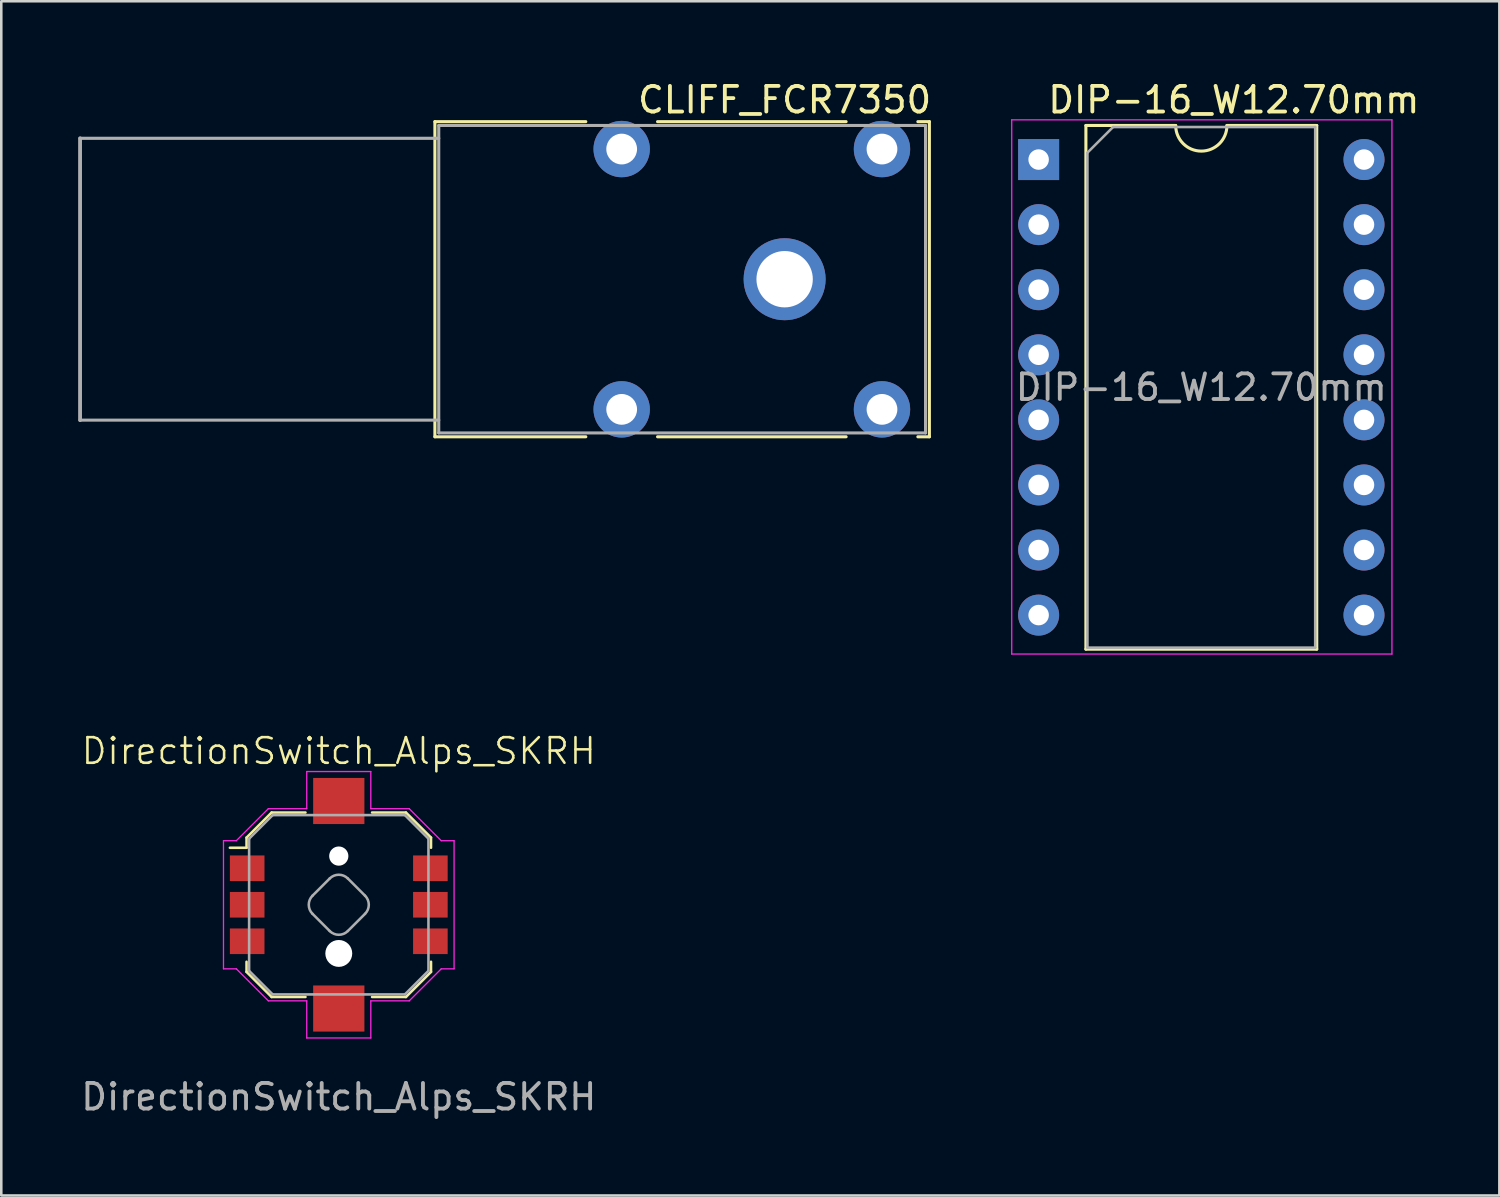
<source format=kicad_pcb>
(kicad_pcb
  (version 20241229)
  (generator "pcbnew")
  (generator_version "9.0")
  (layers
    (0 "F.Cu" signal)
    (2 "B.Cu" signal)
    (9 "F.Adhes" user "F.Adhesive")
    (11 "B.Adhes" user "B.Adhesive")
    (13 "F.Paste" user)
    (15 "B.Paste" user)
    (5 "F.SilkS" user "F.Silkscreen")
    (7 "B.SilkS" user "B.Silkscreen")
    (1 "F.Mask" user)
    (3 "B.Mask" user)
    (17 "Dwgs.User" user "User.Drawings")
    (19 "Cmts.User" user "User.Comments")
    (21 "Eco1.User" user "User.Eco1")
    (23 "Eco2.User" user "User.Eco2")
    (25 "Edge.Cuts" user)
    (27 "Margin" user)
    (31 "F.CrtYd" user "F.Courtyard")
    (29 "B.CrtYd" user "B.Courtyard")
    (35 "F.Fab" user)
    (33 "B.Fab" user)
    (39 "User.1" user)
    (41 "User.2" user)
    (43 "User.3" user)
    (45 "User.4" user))
  (footprint "CLIFF_FCR7350"
    (layer "F.Cu")
    (at 27.575 7.848)
    (property "Reference" "CLIFF_FCR7350" (at 0 -7 0) (layer "F.SilkS") (effects (font (size 1 1) (thickness 0.15))))
    (attr through_hole)
    (fp_line (start -13.65 -6.15) (end -13.65 6.15) (stroke (width 0.12) (type solid)) (layer "F.SilkS"))
    (fp_line (start -13.65 -6.15) (end -7.76 -6.15) (stroke (width 0.12) (type solid)) (layer "F.SilkS"))
    (fp_line (start -13.65 6.15) (end -7.76 6.15) (stroke (width 0.12) (type solid)) (layer "F.SilkS"))
    (fp_line (start -4.96 -6.15) (end 2.4 -6.15) (stroke (width 0.12) (type solid)) (layer "F.SilkS"))
    (fp_line (start -4.96 6.15) (end 2.4 6.15) (stroke (width 0.12) (type solid)) (layer "F.SilkS"))
    (fp_line (start 5.2 -6.15) (end 5.65 -6.15) (stroke (width 0.12) (type solid)) (layer "F.SilkS"))
    (fp_line (start 5.65 -6.15) (end 5.65 6.15) (stroke (width 0.12) (type solid)) (layer "F.SilkS"))
    (fp_line (start 5.65 6.15) (end 5.2 6.15) (stroke (width 0.12) (type solid)) (layer "F.SilkS"))
    (fp_line (start -27.5 -5.5) (end -27.5 5.5) (stroke (width 0.15) (type solid)) (layer "F.Fab"))
    (fp_line (start -27.5 -5.5) (end -13.5 -5.5) (stroke (width 0.12) (type solid)) (layer "F.Fab"))
    (fp_line (start -27.5 5.5) (end -13.5 5.5) (stroke (width 0.12) (type solid)) (layer "F.Fab"))
    (fp_line (start -13.5 -6) (end -13.5 6) (stroke (width 0.12) (type solid)) (layer "F.Fab"))
    (fp_line (start -13.5 -6) (end 5.5 -6) (stroke (width 0.12) (type solid)) (layer "F.Fab"))
    (fp_line (start 5.5 -6) (end 5.5 6) (stroke (width 0.12) (type solid)) (layer "F.Fab"))
    (fp_line (start 5.5 6) (end -13.5 6) (stroke (width 0.12) (type solid)) (layer "F.Fab"))
    (pad "1" thru_hole circle (at 0 0) (size 3.2 3.2) (drill 2.2) (layers "*.Cu" "*.Mask"))
    (pad "M1" thru_hole circle (at -6.36 -5.08) (size 2.2 2.2) (drill 1.2) (layers "*.Cu" "*.Mask"))
    (pad "M2" thru_hole circle (at 3.8 -5.08) (size 2.2 2.2) (drill 1.2) (layers "*.Cu" "*.Mask"))
    (pad "M3" thru_hole circle (at -6.36 5.08) (size 2.2 2.2) (drill 1.2) (layers "*.Cu" "*.Mask"))
    (pad "M4" thru_hole circle (at 3.8 5.08) (size 2.2 2.2) (drill 1.2) (layers "*.Cu" "*.Mask")))
  (footprint "DIP-16_W12.70mm"
    (layer "F.Cu")
    (at 37.489 3.178)
    (property "Reference" "DIP-16_W12.70mm" (at 7.62 -2.33 0) (layer "F.SilkS") (effects (font (size 1 1) (thickness 0.15))))
    (attr through_hole)
    (fp_line (start 1.845 -1.33) (end 1.845 19.11) (stroke (width 0.12) (type solid)) (layer "F.SilkS"))
    (fp_line (start 1.845 19.11) (end 10.855 19.11) (stroke (width 0.12) (type solid)) (layer "F.SilkS"))
    (fp_line (start 5.35 -1.33) (end 1.845 -1.33) (stroke (width 0.12) (type solid)) (layer "F.SilkS"))
    (fp_line (start 10.855 -1.33) (end 7.35 -1.33) (stroke (width 0.12) (type solid)) (layer "F.SilkS"))
    (fp_line (start 10.855 19.11) (end 10.855 -1.33) (stroke (width 0.12) (type solid)) (layer "F.SilkS"))
    (fp_arc (start 7.35 -1.33) (mid 6.35 -0.33) (end 5.35 -1.33) (stroke (width 0.12) (type solid)) (layer "F.SilkS"))
    (fp_line (start -1.05 -1.55) (end -1.05 19.3) (stroke (width 0.05) (type solid)) (layer "F.CrtYd"))
    (fp_line (start -1.05 19.3) (end 13.79 19.3) (stroke (width 0.05) (type solid)) (layer "F.CrtYd"))
    (fp_line (start 13.79 -1.55) (end -1.05 -1.55) (stroke (width 0.05) (type solid)) (layer "F.CrtYd"))
    (fp_line (start 13.79 19.3) (end 13.79 -1.55) (stroke (width 0.05) (type solid)) (layer "F.CrtYd"))
    (fp_line (start 1.905 -0.27) (end 2.905 -1.27) (stroke (width 0.1) (type solid)) (layer "F.Fab"))
    (fp_line (start 1.905 19.05) (end 1.905 -0.27) (stroke (width 0.1) (type solid)) (layer "F.Fab"))
    (fp_line (start 2.905 -1.27) (end 10.795 -1.27) (stroke (width 0.1) (type solid)) (layer "F.Fab"))
    (fp_line (start 10.795 -1.27) (end 10.795 19.05) (stroke (width 0.1) (type solid)) (layer "F.Fab"))
    (fp_line (start 10.795 19.05) (end 1.905 19.05) (stroke (width 0.1) (type solid)) (layer "F.Fab"))
    (fp_text user "${REFERENCE}" (at 6.35 8.89 0) (layer "F.Fab") (effects (font (size 1 1) (thickness 0.15))))
    (pad "1" thru_hole rect (at 0 0) (size 1.6 1.6) (drill 0.8) (layers "*.Cu" "*.Mask"))
    (pad "2" thru_hole oval (at 0 2.54) (size 1.6 1.6) (drill 0.8) (layers "*.Cu" "*.Mask"))
    (pad "3" thru_hole oval (at 0 5.08) (size 1.6 1.6) (drill 0.8) (layers "*.Cu" "*.Mask"))
    (pad "4" thru_hole oval (at 0 7.62) (size 1.6 1.6) (drill 0.8) (layers "*.Cu" "*.Mask"))
    (pad "5" thru_hole oval (at 0 10.16) (size 1.6 1.6) (drill 0.8) (layers "*.Cu" "*.Mask"))
    (pad "6" thru_hole oval (at 0 12.7) (size 1.6 1.6) (drill 0.8) (layers "*.Cu" "*.Mask"))
    (pad "7" thru_hole oval (at 0 15.24) (size 1.6 1.6) (drill 0.8) (layers "*.Cu" "*.Mask"))
    (pad "8" thru_hole oval (at 0 17.78) (size 1.6 1.6) (drill 0.8) (layers "*.Cu" "*.Mask"))
    (pad "9" thru_hole oval (at 12.7 17.78) (size 1.6 1.6) (drill 0.8) (layers "*.Cu" "*.Mask"))
    (pad "10" thru_hole oval (at 12.7 15.24) (size 1.6 1.6) (drill 0.8) (layers "*.Cu" "*.Mask"))
    (pad "11" thru_hole oval (at 12.7 12.7) (size 1.6 1.6) (drill 0.8) (layers "*.Cu" "*.Mask"))
    (pad "12" thru_hole oval (at 12.7 10.16) (size 1.6 1.6) (drill 0.8) (layers "*.Cu" "*.Mask"))
    (pad "13" thru_hole oval (at 12.7 7.62) (size 1.6 1.6) (drill 0.8) (layers "*.Cu" "*.Mask"))
    (pad "14" thru_hole oval (at 12.7 5.08) (size 1.6 1.6) (drill 0.8) (layers "*.Cu" "*.Mask"))
    (pad "15" thru_hole oval (at 12.7 2.54) (size 1.6 1.6) (drill 0.8) (layers "*.Cu" "*.Mask"))
    (pad "16" thru_hole oval (at 12.7 0) (size 1.6 1.6) (drill 0.8) (layers "*.Cu" "*.Mask")))
  (footprint "DirectionSwitch_Alps_SKRH"
    (layer "F.Cu")
    (at 10.173 32.264)
    (property "Reference" "DirectionSwitch_Alps_SKRH" (at 0 -6 0) (unlocked yes) (layer "F.SilkS") (effects (font (size 1 1) (thickness 0.1))))
    (attr smd)
    (fp_line (start -3.6 -2.621) (end -3.6 -2.225) (stroke (width 0.1) (type default)) (layer "F.SilkS"))
    (fp_line (start -3.6 -2.225) (end -4.25 -2.225) (stroke (width 0.1) (type default)) (layer "F.SilkS"))
    (fp_line (start -3.6 2.225) (end -3.6 2.621) (stroke (width 0.1) (type default)) (layer "F.SilkS"))
    (fp_line (start -3.6 2.621) (end -2.621 3.6) (stroke (width 0.1) (type default)) (layer "F.SilkS"))
    (fp_line (start -2.621 -3.6) (end -3.6 -2.621) (stroke (width 0.1) (type default)) (layer "F.SilkS"))
    (fp_line (start -1.3 -3.6) (end -2.621 -3.6) (stroke (width 0.1) (type default)) (layer "F.SilkS"))
    (fp_line (start -1.3 3.6) (end -2.621 3.6) (stroke (width 0.1) (type default)) (layer "F.SilkS"))
    (fp_line (start 2.621 -3.6) (end 1.3 -3.6) (stroke (width 0.1) (type default)) (layer "F.SilkS"))
    (fp_line (start 2.621 3.6) (end 1.3 3.6) (stroke (width 0.1) (type default)) (layer "F.SilkS"))
    (fp_line (start 2.621 3.6) (end 3.6 2.621) (stroke (width 0.1) (type default)) (layer "F.SilkS"))
    (fp_line (start 3.6 -2.621) (end 2.621 -3.6) (stroke (width 0.1) (type default)) (layer "F.SilkS"))
    (fp_line (start 3.6 -2.621) (end 3.6 -2.225) (stroke (width 0.1) (type default)) (layer "F.SilkS"))
    (fp_line (start 3.6 2.225) (end 3.6 2.621) (stroke (width 0.1) (type default)) (layer "F.SilkS"))
    (fp_line (start -4.5 -2.5) (end -4 -2.5) (stroke (width 0.05) (type default)) (layer "F.CrtYd"))
    (fp_line (start -4.5 2.5) (end -4.5 -2.5) (stroke (width 0.05) (type default)) (layer "F.CrtYd"))
    (fp_line (start -4.5 2.5) (end -4 2.5) (stroke (width 0.05) (type default)) (layer "F.CrtYd"))
    (fp_line (start -4 -2.5) (end -2.75 -3.75) (stroke (width 0.05) (type default)) (layer "F.CrtYd"))
    (fp_line (start -4 2.5) (end -2.75 3.75) (stroke (width 0.05) (type default)) (layer "F.CrtYd"))
    (fp_line (start -1.25 -5.2) (end 1.25 -5.2) (stroke (width 0.05) (type default)) (layer "F.CrtYd"))
    (fp_line (start -1.25 -3.75) (end -2.75 -3.75) (stroke (width 0.05) (type default)) (layer "F.CrtYd"))
    (fp_line (start -1.25 -3.75) (end -1.25 -5.2) (stroke (width 0.05) (type default)) (layer "F.CrtYd"))
    (fp_line (start -1.25 3.75) (end -2.75 3.75) (stroke (width 0.05) (type default)) (layer "F.CrtYd"))
    (fp_line (start -1.25 3.75) (end -1.25 5.2) (stroke (width 0.05) (type default)) (layer "F.CrtYd"))
    (fp_line (start 1.25 -3.75) (end 1.25 -5.2) (stroke (width 0.05) (type default)) (layer "F.CrtYd"))
    (fp_line (start 1.25 -3.75) (end 2.75 -3.75) (stroke (width 0.05) (type default)) (layer "F.CrtYd"))
    (fp_line (start 1.25 3.75) (end 1.25 5.2) (stroke (width 0.05) (type default)) (layer "F.CrtYd"))
    (fp_line (start 1.25 3.75) (end 2.75 3.75) (stroke (width 0.05) (type default)) (layer "F.CrtYd"))
    (fp_line (start 1.25 5.2) (end -1.25 5.2) (stroke (width 0.05) (type default)) (layer "F.CrtYd"))
    (fp_line (start 4 -2.5) (end 2.75 -3.75) (stroke (width 0.05) (type default)) (layer "F.CrtYd"))
    (fp_line (start 4 2.5) (end 2.75 3.75) (stroke (width 0.05) (type default)) (layer "F.CrtYd"))
    (fp_line (start 4 2.5) (end 4.5 2.5) (stroke (width 0.05) (type default)) (layer "F.CrtYd"))
    (fp_line (start 4.5 -2.5) (end 4 -2.5) (stroke (width 0.05) (type default)) (layer "F.CrtYd"))
    (fp_line (start 4.5 -2.5) (end 4.5 2.5) (stroke (width 0.05) (type default)) (layer "F.CrtYd"))
    (fp_line (start -3.5 -2.58) (end -3.5 2.58) (stroke (width 0.1) (type default)) (layer "F.Fab"))
    (fp_line (start -2.58 -3.5) (end -3.5 -2.58) (stroke (width 0.1) (type default)) (layer "F.Fab"))
    (fp_line (start -2.58 -3.5) (end 2.58 -3.5) (stroke (width 0.1) (type default)) (layer "F.Fab"))
    (fp_line (start -2.58 3.5) (end -3.5 2.58) (stroke (width 0.1) (type default)) (layer "F.Fab"))
    (fp_line (start -2.58 3.5) (end 2.58 3.5) (stroke (width 0.1) (type default)) (layer "F.Fab"))
    (fp_line (start -0.354 -1.025) (end -1.025 -0.354) (stroke (width 0.1) (type default)) (layer "F.Fab"))
    (fp_line (start -0.354 1.025) (end -1.025 0.354) (stroke (width 0.1) (type default)) (layer "F.Fab"))
    (fp_line (start 0.354 -1.025) (end 1.025 -0.354) (stroke (width 0.1) (type default)) (layer "F.Fab"))
    (fp_line (start 1.025 0.354) (end 0.354 1.025) (stroke (width 0.1) (type default)) (layer "F.Fab"))
    (fp_line (start 2.58 -3.5) (end 3.5 -2.58) (stroke (width 0.1) (type default)) (layer "F.Fab"))
    (fp_line (start 3.5 -2.58) (end 3.5 2.58) (stroke (width 0.1) (type default)) (layer "F.Fab"))
    (fp_line (start 3.5 2.58) (end 2.58 3.5) (stroke (width 0.1) (type default)) (layer "F.Fab"))
    (fp_arc (start -1.025305 0.353553) (mid -1.171751 0) (end -1.025305 -0.353553) (stroke (width 0.1) (type default)) (layer "F.Fab"))
    (fp_arc (start -0.353553 -1.025305) (mid 0 -1.171751) (end 0.353553 -1.025305) (stroke (width 0.1) (type default)) (layer "F.Fab"))
    (fp_arc (start 0.353553 1.025305) (mid 0 1.171751) (end -0.353553 1.025305) (stroke (width 0.1) (type default)) (layer "F.Fab"))
    (fp_arc (start 1.025305 -0.353553) (mid 1.171751 0) (end 1.025305 0.353553) (stroke (width 0.1) (type default)) (layer "F.Fab"))
    (fp_text user "${REFERENCE}" (at 0 7.5 0) (unlocked yes) (layer "F.Fab") (effects (font (size 1 1) (thickness 0.15))))
    (pad "" np_thru_hole circle (at 0 -1.9) (size 0.75 0.75) (drill 0.75) (layers "*.Cu" "*.Mask"))
    (pad "" np_thru_hole circle (at 0 1.9) (size 1.05 1.05) (drill 1.05) (layers "*.Cu" "*.Mask"))
    (pad "1" smd rect (at -3.575 -1.425) (size 1.35 1) (layers "F.Cu" "F.Mask" "F.Paste"))
    (pad "2" smd rect (at -3.575 0) (size 1.35 1) (layers "F.Cu" "F.Mask" "F.Paste"))
    (pad "3" smd rect (at -3.575 1.425) (size 1.35 1) (layers "F.Cu" "F.Mask" "F.Paste"))
    (pad "4" smd rect (at 3.575 -1.425) (size 1.35 1) (layers "F.Cu" "F.Mask" "F.Paste"))
    (pad "5" smd rect (at 3.575 0) (size 1.35 1) (layers "F.Cu" "F.Mask" "F.Paste"))
    (pad "6" smd rect (at 3.575 1.425) (size 1.35 1) (layers "F.Cu" "F.Mask" "F.Paste"))
    (pad "MP" smd rect (at 0 -4.05) (size 2 1.8) (layers "F.Cu" "F.Mask" "F.Paste"))
    (pad "MP" smd rect (at 0 4.05) (size 2 1.8) (layers "F.Cu" "F.Mask" "F.Paste")))
  (gr_rect
    (start -3 -3)
    (end 55.472 43.612)
    (stroke (width 0.1) (type default))
    (fill no)
    (layer "Edge.Cuts")))
</source>
